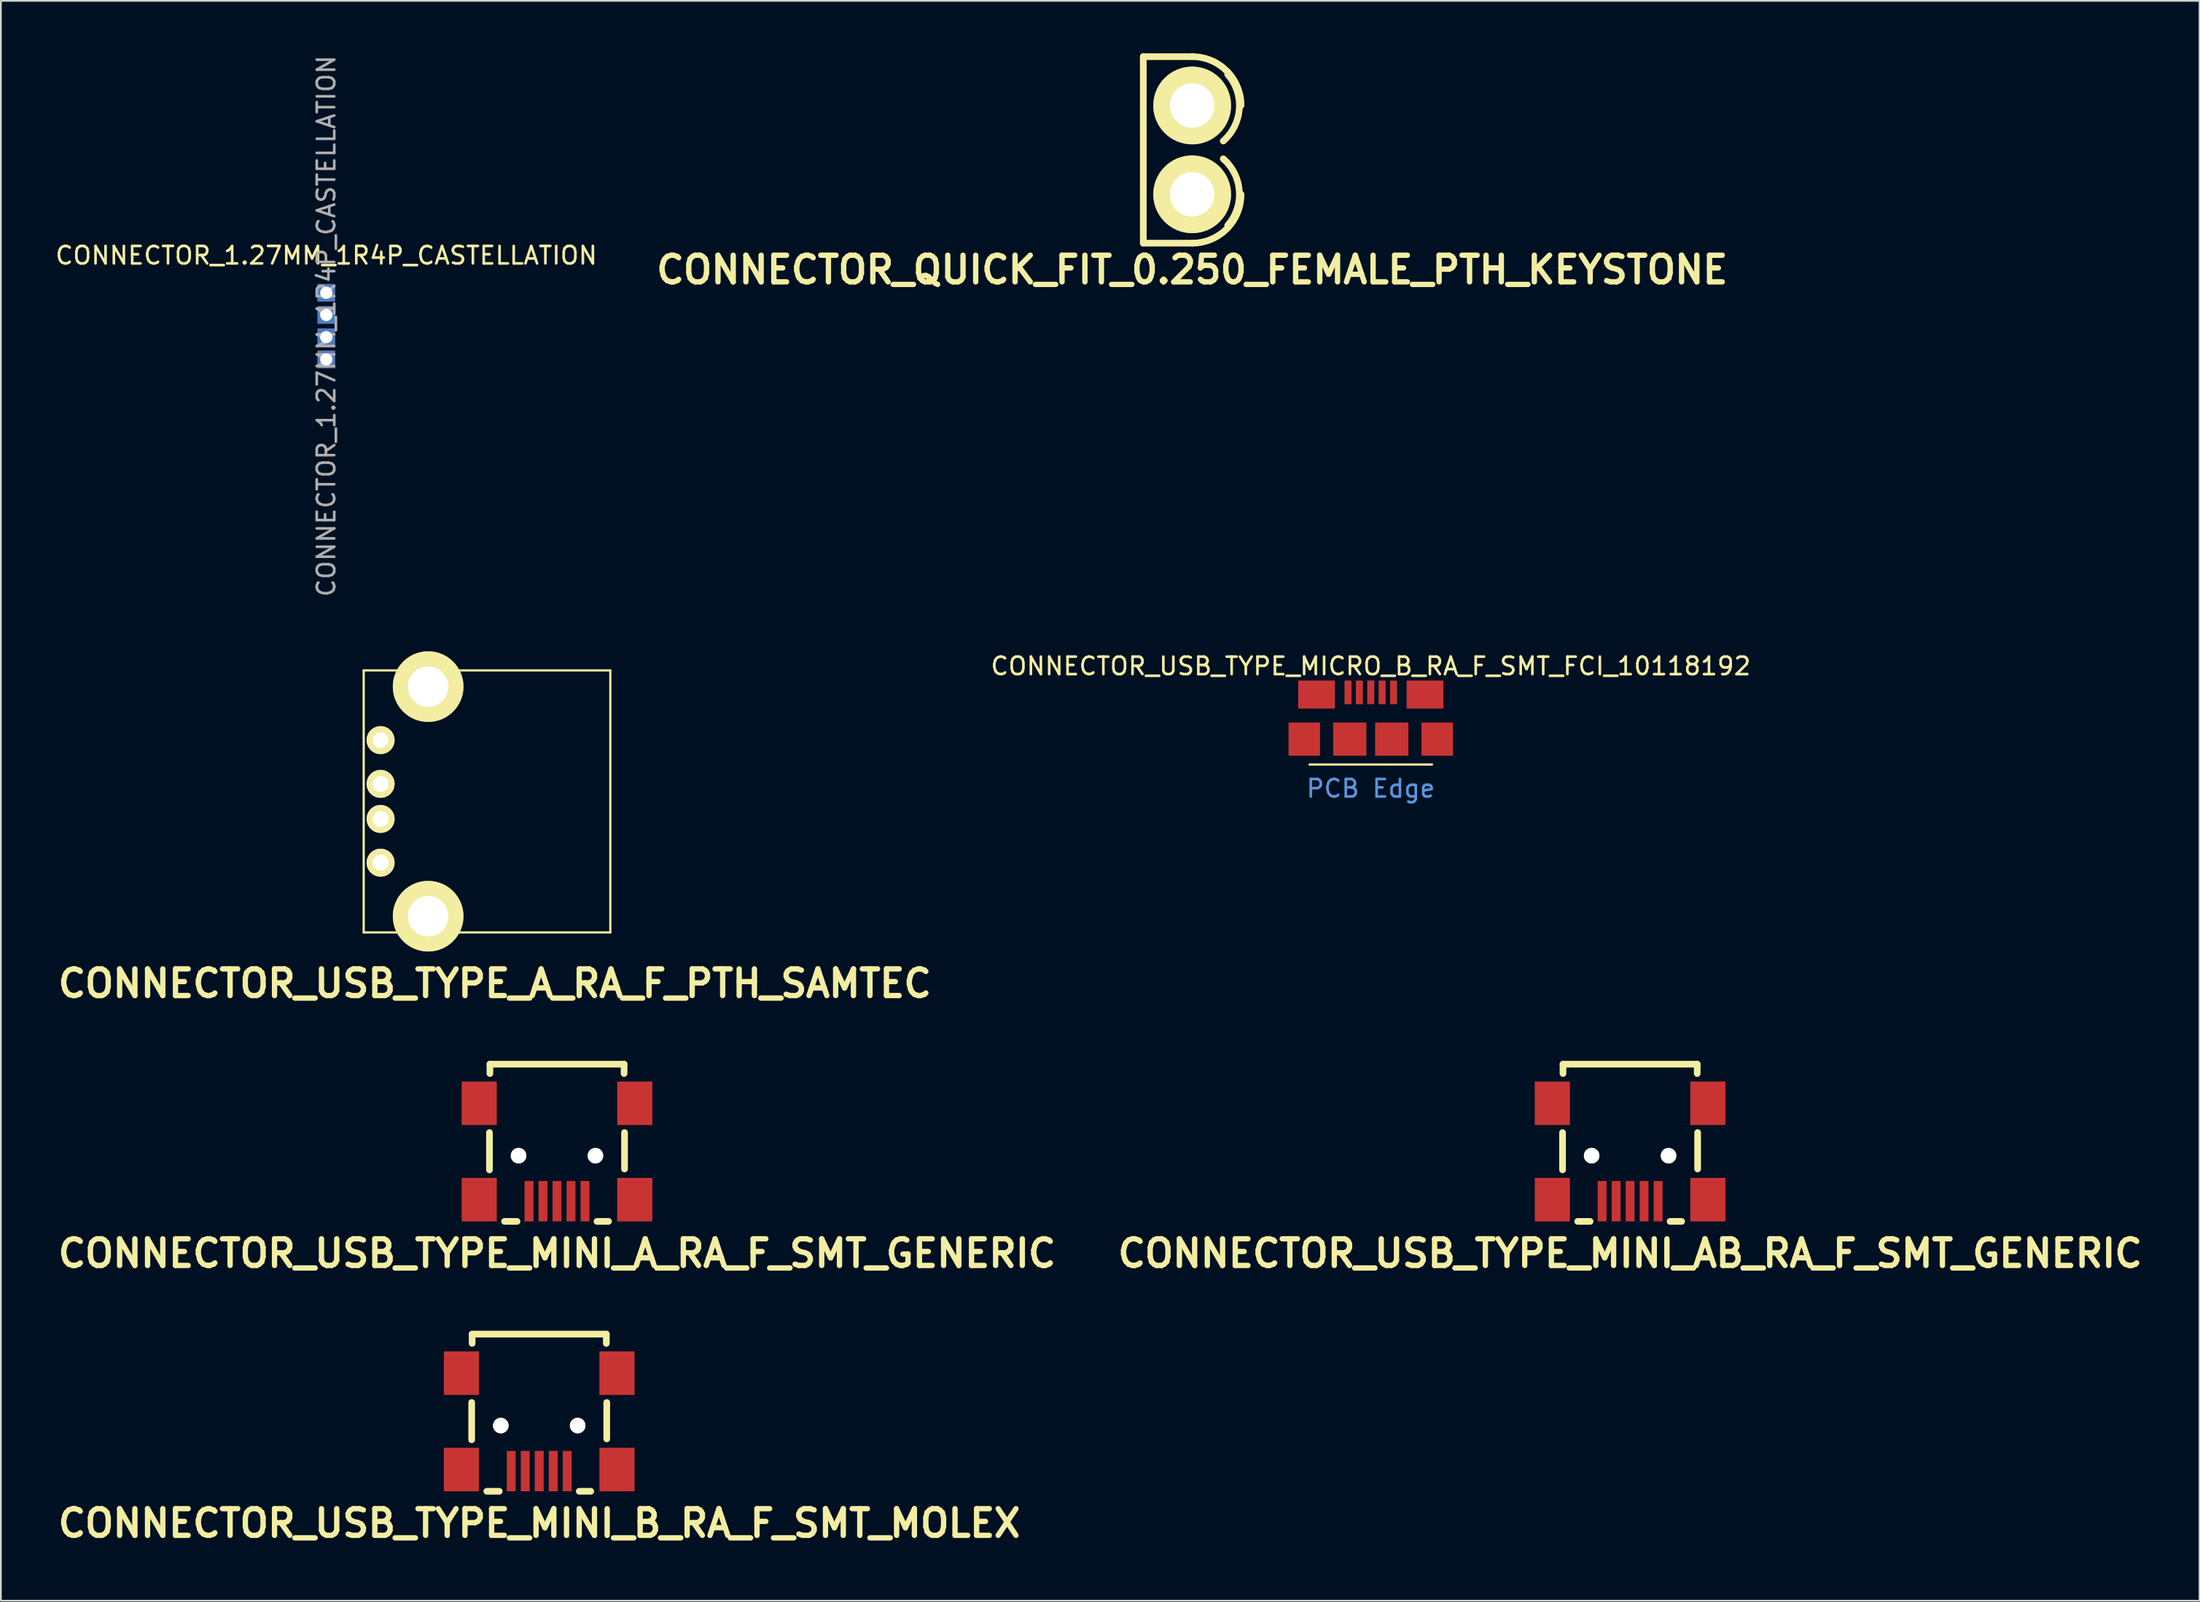
<source format=kicad_pcb>
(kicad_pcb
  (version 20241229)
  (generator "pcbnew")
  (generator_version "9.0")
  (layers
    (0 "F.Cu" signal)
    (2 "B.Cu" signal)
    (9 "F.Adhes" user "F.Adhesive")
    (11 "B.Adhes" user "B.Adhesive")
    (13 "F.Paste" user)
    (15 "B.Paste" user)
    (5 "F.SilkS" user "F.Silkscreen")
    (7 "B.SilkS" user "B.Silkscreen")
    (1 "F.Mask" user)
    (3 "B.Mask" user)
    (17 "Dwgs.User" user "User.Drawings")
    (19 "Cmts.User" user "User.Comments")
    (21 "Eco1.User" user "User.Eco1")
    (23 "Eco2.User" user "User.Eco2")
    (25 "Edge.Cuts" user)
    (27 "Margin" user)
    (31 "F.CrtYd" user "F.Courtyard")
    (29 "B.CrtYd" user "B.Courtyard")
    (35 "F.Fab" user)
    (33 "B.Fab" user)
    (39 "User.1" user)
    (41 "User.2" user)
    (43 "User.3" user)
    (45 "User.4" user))
  (footprint "CONNECTOR_USB_TYPE_MINI_AB_RA_F_SMT_GENERIC"
    (layer "F.Cu")
    (at 90.129 63.051)
    (property "Reference" "CONNECTOR_USB_TYPE_MINI_AB_RA_F_SMT_GENERIC" (at 0 5.588 0) (layer "F.SilkS") (effects (font (size 1.524 1.524) (thickness 0.305))))
    (attr through_hole)
    (fp_line (start -3.861 -1.321) (end -3.861 0.813) (stroke (width 0.381) (type solid)) (layer "F.SilkS"))
    (fp_line (start -3.835 -5.232) (end -3.835 -4.699) (stroke (width 0.381) (type solid)) (layer "F.SilkS"))
    (fp_line (start -3.835 -5.232) (end 3.835 -5.232) (stroke (width 0.381) (type solid)) (layer "F.SilkS"))
    (fp_line (start -2.997 3.759) (end -2.286 3.759) (stroke (width 0.381) (type solid)) (layer "F.SilkS"))
    (fp_line (start 2.286 3.759) (end 2.946 3.759) (stroke (width 0.381) (type solid)) (layer "F.SilkS"))
    (fp_line (start 3.835 -5.232) (end 3.835 -4.699) (stroke (width 0.381) (type solid)) (layer "F.SilkS"))
    (fp_line (start 3.861 -1.321) (end 3.861 0.762) (stroke (width 0.381) (type solid)) (layer "F.SilkS"))
    (pad "" np_thru_hole circle (at -2.197 0) (size 0.889 0.889) (drill 0.889) (layers "*.Cu" "*.Mask" "F.SilkS"))
    (pad "" np_thru_hole circle (at 2.197 0) (size 0.889 0.889) (drill 0.889) (layers "*.Cu" "*.Mask" "F.SilkS"))
    (pad "1" smd rect (at 1.6 2.603) (size 0.508 2.311) (layers "F.Cu" "F.Mask" "F.Paste"))
    (pad "2" smd rect (at 0.8 2.603) (size 0.508 2.311) (layers "F.Cu" "F.Mask" "F.Paste"))
    (pad "3" smd rect (at 0 2.603) (size 0.508 2.311) (layers "F.Cu" "F.Mask" "F.Paste"))
    (pad "4" smd rect (at -0.8 2.603) (size 0.508 2.311) (layers "F.Cu" "F.Mask" "F.Paste"))
    (pad "5" smd rect (at -1.6 2.603) (size 0.508 2.311) (layers "F.Cu" "F.Mask" "F.Paste"))
    (pad "6" smd rect (at -4.445 2.515) (size 2.007 2.489) (layers "F.Cu" "F.Mask" "F.Paste"))
    (pad "7" smd rect (at -4.445 -2.997) (size 2.007 2.489) (layers "F.Cu" "F.Mask" "F.Paste"))
    (pad "8" smd rect (at 4.445 -2.997) (size 2.007 2.489) (layers "F.Cu" "F.Mask" "F.Paste"))
    (pad "9" smd rect (at 4.445 2.515) (size 2.007 2.489) (layers "F.Cu" "F.Mask" "F.Paste")))
  (footprint "CONNECTOR_QUICK_FIT_0.250_FEMALE_PTH_KEYSTONE"
    (layer "F.Cu")
    (at 65.096 5.524)
    (property "Reference" "CONNECTOR_QUICK_FIT_0.250_FEMALE_PTH_KEYSTONE" (at 0 6.858 0) (layer "F.SilkS") (effects (font (size 1.524 1.524) (thickness 0.305))))
    (attr through_hole)
    (fp_line (start -2.794 -5.334) (end -2.794 5.334) (stroke (width 0.381) (type solid)) (layer "F.SilkS"))
    (fp_line (start -2.794 5.334) (end 0 5.334) (stroke (width 0.381) (type solid)) (layer "F.SilkS"))
    (fp_line (start 0 -5.334) (end -2.794 -5.334) (stroke (width 0.381) (type solid)) (layer "F.SilkS"))
    (fp_arc (start 0 -5.334) (mid 1.975656 -4.515656) (end 2.794 -2.54) (stroke (width 0.381) (type solid)) (layer "F.SilkS"))
    (fp_arc (start 1.778 0.508) (mid 2.694077 2.360395) (end 2.032 4.318) (stroke (width 0.381) (type solid)) (layer "F.SilkS"))
    (fp_arc (start 2.032 -4.318) (mid 2.694077 -2.360395) (end 1.778 -0.508) (stroke (width 0.381) (type solid)) (layer "F.SilkS"))
    (fp_arc (start 2.794 2.54) (mid 1.975656 4.515656) (end 0 5.334) (stroke (width 0.381) (type solid)) (layer "F.SilkS"))
    (pad "1" thru_hole circle (at 0 -2.54) (size 4.445 4.445) (drill 2.54) (layers "*.Cu" "*.Mask" "F.SilkS"))
    (pad "1A" thru_hole circle (at 0 2.54) (size 4.445 4.445) (drill 2.54) (layers "*.Cu" "*.Mask" "F.SilkS")))
  (footprint "CONNECTOR_1.27MM_1R4P_CASTELLATION"
    (layer "F.Cu")
    (at 15.601 13.696)
    (property "Reference" "CONNECTOR_1.27MM_1R4P_CASTELLATION" (at 0 -2.135 0) (layer "F.SilkS") (effects (font (size 1 1) (thickness 0.15))))
    (attr through_hole)
    (fp_text user "${REFERENCE}" (at 0 1.905 90) (layer "F.Fab") (effects (font (size 1 1) (thickness 0.15))))
    (pad "1" thru_hole rect (at 0 0) (size 1 1) (drill 0.7) (layers "*.Cu" "*.Mask"))
    (pad "2" thru_hole rect (at 0 1.27) (size 1 1) (drill 0.7) (layers "*.Cu" "*.Mask"))
    (pad "3" thru_hole rect (at 0 2.54) (size 1 1) (drill 0.7) (layers "*.Cu" "*.Mask"))
    (pad "4" thru_hole rect (at 0 3.81) (size 1 1) (drill 0.7) (layers "*.Cu" "*.Mask")))
  (footprint "CONNECTOR_USB_TYPE_MINI_A_RA_F_SMT_GENERIC"
    (layer "F.Cu")
    (at 28.789 63.051)
    (property "Reference" "CONNECTOR_USB_TYPE_MINI_A_RA_F_SMT_GENERIC" (at 0 5.588 0) (layer "F.SilkS") (effects (font (size 1.524 1.524) (thickness 0.305))))
    (attr through_hole)
    (fp_line (start -3.861 -1.321) (end -3.861 0.813) (stroke (width 0.381) (type solid)) (layer "F.SilkS"))
    (fp_line (start -3.835 -5.232) (end -3.835 -4.699) (stroke (width 0.381) (type solid)) (layer "F.SilkS"))
    (fp_line (start -3.835 -5.232) (end 3.835 -5.232) (stroke (width 0.381) (type solid)) (layer "F.SilkS"))
    (fp_line (start -2.997 3.759) (end -2.286 3.759) (stroke (width 0.381) (type solid)) (layer "F.SilkS"))
    (fp_line (start 2.286 3.759) (end 2.946 3.759) (stroke (width 0.381) (type solid)) (layer "F.SilkS"))
    (fp_line (start 3.835 -5.232) (end 3.835 -4.699) (stroke (width 0.381) (type solid)) (layer "F.SilkS"))
    (fp_line (start 3.861 -1.321) (end 3.861 0.762) (stroke (width 0.381) (type solid)) (layer "F.SilkS"))
    (pad "" np_thru_hole circle (at -2.197 0) (size 0.889 0.889) (drill 0.889) (layers "*.Cu" "*.Mask" "F.SilkS"))
    (pad "" np_thru_hole circle (at 2.197 0) (size 0.889 0.889) (drill 0.889) (layers "*.Cu" "*.Mask" "F.SilkS"))
    (pad "1" smd rect (at 1.6 2.603) (size 0.508 2.311) (layers "F.Cu" "F.Mask" "F.Paste"))
    (pad "2" smd rect (at 0.8 2.603) (size 0.508 2.311) (layers "F.Cu" "F.Mask" "F.Paste"))
    (pad "3" smd rect (at 0 2.603) (size 0.508 2.311) (layers "F.Cu" "F.Mask" "F.Paste"))
    (pad "4" smd rect (at -0.8 2.603) (size 0.508 2.311) (layers "F.Cu" "F.Mask" "F.Paste"))
    (pad "5" smd rect (at -1.6 2.603) (size 0.508 2.311) (layers "F.Cu" "F.Mask" "F.Paste"))
    (pad "6" smd rect (at -4.445 2.515) (size 2.007 2.489) (layers "F.Cu" "F.Mask" "F.Paste"))
    (pad "7" smd rect (at -4.445 -2.997) (size 2.007 2.489) (layers "F.Cu" "F.Mask" "F.Paste"))
    (pad "8" smd rect (at 4.445 -2.997) (size 2.007 2.489) (layers "F.Cu" "F.Mask" "F.Paste"))
    (pad "9" smd rect (at 4.445 2.515) (size 2.007 2.489) (layers "F.Cu" "F.Mask" "F.Paste")))
  (footprint "CONNECTOR_USB_TYPE_MINI_B_RA_F_SMT_MOLEX"
    (layer "F.Cu")
    (at 27.773 78.488)
    (property "Reference" "CONNECTOR_USB_TYPE_MINI_B_RA_F_SMT_MOLEX" (at 0 5.588 0) (layer "F.SilkS") (effects (font (size 1.524 1.524) (thickness 0.305))))
    (attr through_hole)
    (fp_line (start -3.861 -1.321) (end -3.861 0.813) (stroke (width 0.381) (type solid)) (layer "F.SilkS"))
    (fp_line (start -3.835 -5.232) (end -3.835 -4.699) (stroke (width 0.381) (type solid)) (layer "F.SilkS"))
    (fp_line (start -3.835 -5.232) (end 3.835 -5.232) (stroke (width 0.381) (type solid)) (layer "F.SilkS"))
    (fp_line (start -2.997 3.759) (end -2.286 3.759) (stroke (width 0.381) (type solid)) (layer "F.SilkS"))
    (fp_line (start 2.286 3.759) (end 2.946 3.759) (stroke (width 0.381) (type solid)) (layer "F.SilkS"))
    (fp_line (start 3.835 -5.232) (end 3.835 -4.699) (stroke (width 0.381) (type solid)) (layer "F.SilkS"))
    (fp_line (start 3.861 -1.321) (end 3.861 0.762) (stroke (width 0.381) (type solid)) (layer "F.SilkS"))
    (pad "" np_thru_hole circle (at -2.197 0) (size 0.889 0.889) (drill 0.889) (layers "*.Cu" "*.Mask" "F.SilkS"))
    (pad "" np_thru_hole circle (at 2.197 0) (size 0.889 0.889) (drill 0.889) (layers "*.Cu" "*.Mask" "F.SilkS"))
    (pad "1" smd rect (at 1.6 2.603) (size 0.508 2.311) (layers "F.Cu" "F.Mask" "F.Paste"))
    (pad "2" smd rect (at 0.8 2.603) (size 0.508 2.311) (layers "F.Cu" "F.Mask" "F.Paste"))
    (pad "3" smd rect (at 0 2.603) (size 0.508 2.311) (layers "F.Cu" "F.Mask" "F.Paste"))
    (pad "4" smd rect (at -0.8 2.603) (size 0.508 2.311) (layers "F.Cu" "F.Mask" "F.Paste"))
    (pad "5" smd rect (at -1.6 2.603) (size 0.508 2.311) (layers "F.Cu" "F.Mask" "F.Paste"))
    (pad "6" smd rect (at -4.445 2.515) (size 2.007 2.489) (layers "F.Cu" "F.Mask" "F.Paste"))
    (pad "7" smd rect (at -4.445 -2.997) (size 2.007 2.489) (layers "F.Cu" "F.Mask" "F.Paste"))
    (pad "8" smd rect (at 4.445 -2.997) (size 2.007 2.489) (layers "F.Cu" "F.Mask" "F.Paste"))
    (pad "9" smd rect (at 4.445 2.515) (size 2.007 2.489) (layers "F.Cu" "F.Mask" "F.Paste")))
  (footprint "CONNECTOR_USB_TYPE_A_RA_F_PTH_SAMTEC"
    (layer "F.Cu")
    (at 21.423 42.788)
    (property "Reference" "CONNECTOR_USB_TYPE_A_RA_F_PTH_SAMTEC" (at 3.81 10.414 0) (layer "F.SilkS") (effects (font (size 1.524 1.524) (thickness 0.305))))
    (attr through_hole)
    (fp_line (start -3.683 -7.493) (end -3.683 7.493) (stroke (width 0.127) (type solid)) (layer "F.SilkS"))
    (fp_line (start -3.683 -7.493) (end 10.414 -7.493) (stroke (width 0.127) (type solid)) (layer "F.SilkS"))
    (fp_line (start 10.414 -7.493) (end 10.414 7.493) (stroke (width 0.127) (type solid)) (layer "F.SilkS"))
    (fp_line (start 10.414 7.493) (end -3.683 7.493) (stroke (width 0.127) (type solid)) (layer "F.SilkS"))
    (pad "1" thru_hole circle (at -2.718 3.505) (size 1.6 1.6) (drill 0.914) (layers "*.Cu" "*.Mask" "F.SilkS"))
    (pad "2" thru_hole circle (at -2.718 1.003) (size 1.6 1.6) (drill 0.914) (layers "*.Cu" "*.Mask" "F.SilkS"))
    (pad "3" thru_hole circle (at -2.718 -1.003) (size 1.6 1.6) (drill 0.914) (layers "*.Cu" "*.Mask" "F.SilkS"))
    (pad "4" thru_hole circle (at -2.718 -3.505) (size 1.6 1.6) (drill 0.914) (layers "*.Cu" "*.Mask" "F.SilkS"))
    (pad "5" thru_hole circle (at 0 -6.566) (size 4.039 4.039) (drill 2.311) (layers "*.Cu" "*.Mask" "F.SilkS"))
    (pad "6" thru_hole circle (at 0 6.566) (size 4.039 4.039) (drill 2.311) (layers "*.Cu" "*.Mask" "F.SilkS")))
  (footprint "CONNECTOR_USB_TYPE_MICRO_B_RA_F_SMT_FCI_10118192"
    (layer "F.Cu")
    (at 75.305 36.551)
    (property "Reference" "CONNECTOR_USB_TYPE_MICRO_B_RA_F_SMT_FCI_10118192" (at 0 -1.5 0) (layer "F.SilkS") (effects (font (size 1 1) (thickness 0.15))))
    (attr smd)
    (fp_line (start -3.5 4.125) (end 3.5 4.125) (stroke (width 0.127) (type solid)) (layer "F.SilkS"))
    (fp_text user "PCB Edge" (at 0 5.5 0) (layer "Cmts.User") (effects (font (size 1 1) (thickness 0.15))))
    (pad "1" smd rect (at -1.3 0) (size 0.4 1.35) (layers "F.Cu" "F.Mask" "F.Paste"))
    (pad "2" smd rect (at -0.65 0) (size 0.4 1.35) (layers "F.Cu" "F.Mask" "F.Paste"))
    (pad "3" smd rect (at 0 0) (size 0.4 1.35) (layers "F.Cu" "F.Mask" "F.Paste"))
    (pad "4" smd rect (at 0.65 0) (size 0.4 1.35) (layers "F.Cu" "F.Mask" "F.Paste"))
    (pad "5" smd rect (at 1.3 0) (size 0.4 1.35) (layers "F.Cu" "F.Mask" "F.Paste"))
    (pad "6" smd rect (at 3.1 0.125) (size 2.1 1.6) (layers "F.Cu" "F.Mask" "F.Paste"))
    (pad "7" smd rect (at 3.8 2.675) (size 1.8 1.9) (layers "F.Cu" "F.Mask" "F.Paste"))
    (pad "8" smd rect (at 1.2 2.675) (size 1.9 1.9) (layers "F.Cu" "F.Mask" "F.Paste"))
    (pad "9" smd rect (at -1.2 2.675) (size 1.9 1.9) (layers "F.Cu" "F.Mask" "F.Paste"))
    (pad "10" smd rect (at -3.8 2.675) (size 1.8 1.9) (layers "F.Cu" "F.Mask" "F.Paste"))
    (pad "11" smd rect (at -3.1 0.125) (size 2.1 1.6) (layers "F.Cu" "F.Mask" "F.Paste")))
  (gr_rect
    (start -3 -3)
    (end 122.68 88.503)
    (stroke (width 0.1) (type default))
    (fill no)
    (layer "Edge.Cuts")))
</source>
